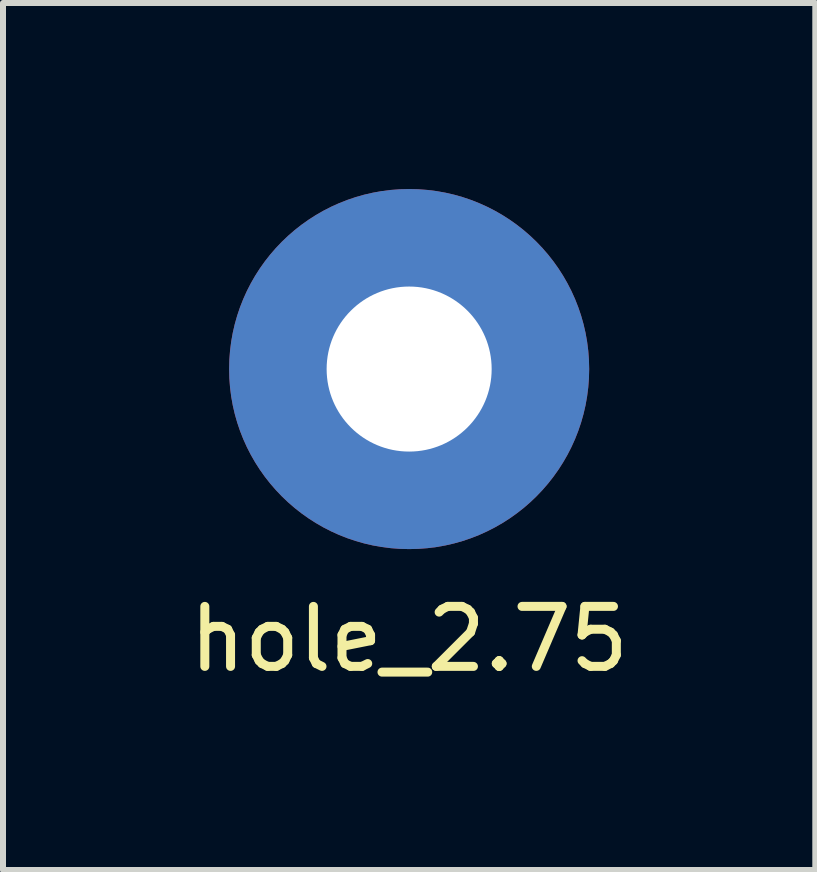
<source format=kicad_pcb>
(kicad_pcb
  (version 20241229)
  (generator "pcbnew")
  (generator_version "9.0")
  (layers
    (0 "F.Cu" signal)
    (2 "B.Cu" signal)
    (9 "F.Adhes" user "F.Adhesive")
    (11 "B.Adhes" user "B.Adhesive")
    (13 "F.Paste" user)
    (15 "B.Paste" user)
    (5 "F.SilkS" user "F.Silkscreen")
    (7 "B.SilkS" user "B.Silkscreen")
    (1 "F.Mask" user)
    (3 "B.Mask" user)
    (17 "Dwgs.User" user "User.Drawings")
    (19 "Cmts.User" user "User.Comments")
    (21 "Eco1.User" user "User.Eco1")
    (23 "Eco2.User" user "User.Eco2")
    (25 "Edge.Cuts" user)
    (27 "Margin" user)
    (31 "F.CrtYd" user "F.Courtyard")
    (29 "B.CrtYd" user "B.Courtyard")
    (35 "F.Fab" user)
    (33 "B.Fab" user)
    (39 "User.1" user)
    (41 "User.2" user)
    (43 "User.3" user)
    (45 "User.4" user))
  (footprint "hole_2.75"
    (layer "F.Cu")
    (at 3.768 3.1)
    (property "Reference" "hole_2.75" (at 0 4.5 0) (layer "F.SilkS") (effects (font (size 1 1) (thickness 0.15))))
    (attr through_hole)
    (fp_circle (center 0 0) (end 2.5 0) (stroke (width 1.2) (type solid)) (fill no) (layer "F.Mask"))
    (fp_circle (center 0 0) (end 2.5 0) (stroke (width 1.2) (type solid)) (fill no) (layer "B.Mask"))
    (pad "" np_thru_hole circle (at 0 0) (size 6 6) (drill 2.75) (layers "*.Cu" "*.Mask")))
  (gr_rect
    (start -3 -3)
    (end 10.536 11.448)
    (stroke (width 0.1) (type default))
    (fill no)
    (layer "Edge.Cuts")))
</source>
